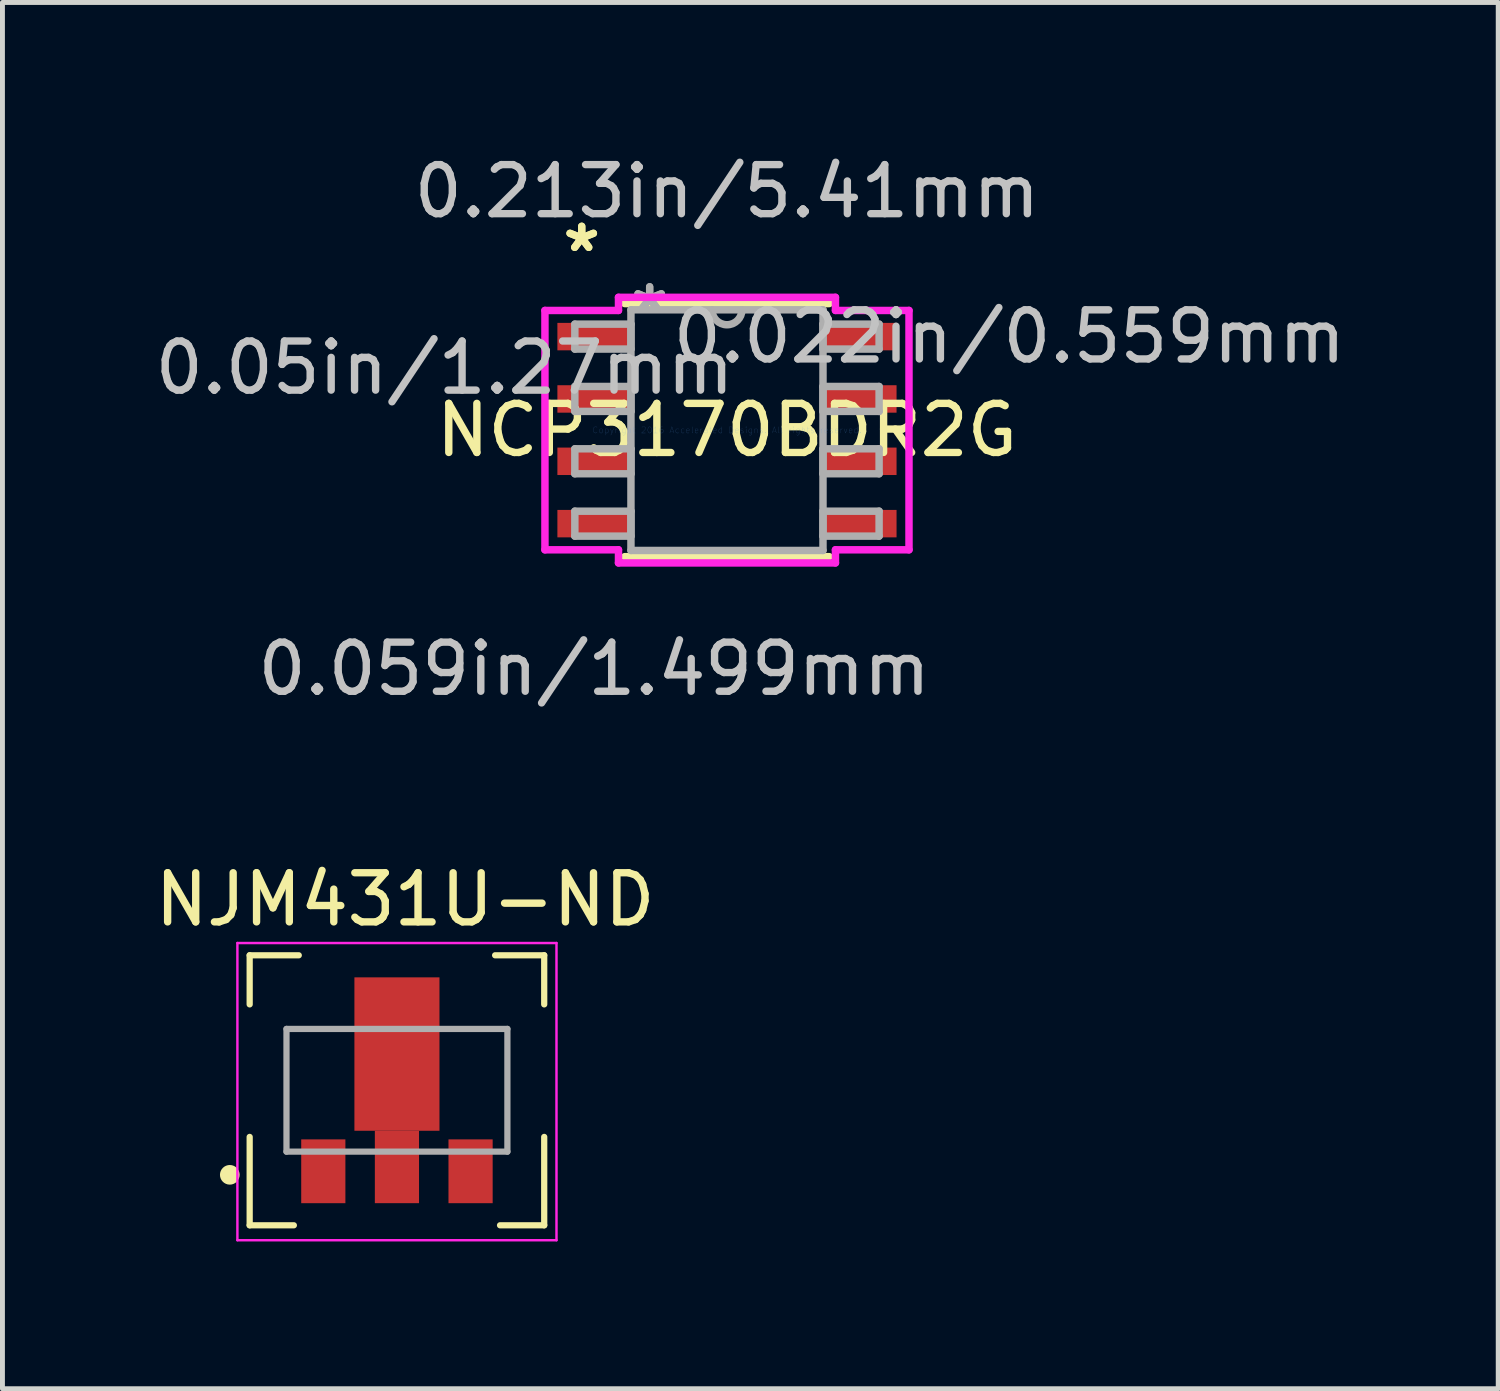
<source format=kicad_pcb>
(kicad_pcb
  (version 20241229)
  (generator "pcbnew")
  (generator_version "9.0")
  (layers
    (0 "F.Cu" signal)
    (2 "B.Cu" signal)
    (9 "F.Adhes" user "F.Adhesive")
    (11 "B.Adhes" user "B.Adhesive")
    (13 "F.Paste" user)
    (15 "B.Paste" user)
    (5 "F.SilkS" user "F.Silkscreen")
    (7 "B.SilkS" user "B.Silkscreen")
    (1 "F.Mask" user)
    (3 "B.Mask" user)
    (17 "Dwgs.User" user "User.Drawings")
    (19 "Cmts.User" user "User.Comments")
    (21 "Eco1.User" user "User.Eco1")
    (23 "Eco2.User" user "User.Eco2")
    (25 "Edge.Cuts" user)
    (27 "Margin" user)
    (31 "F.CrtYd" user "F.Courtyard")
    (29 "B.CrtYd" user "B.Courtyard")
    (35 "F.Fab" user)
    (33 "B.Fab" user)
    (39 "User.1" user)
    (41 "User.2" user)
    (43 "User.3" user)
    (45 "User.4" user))
  (footprint "NJM431U-ND"
    (layer "F.Cu")
    (at 5.036 19.16)
    (property "Reference" "NJM431U-ND" (at 0.167 -3.886 0) (layer "F.SilkS") (effects (font (size 1.001 1.001) (thickness 0.15))))
    (attr through_hole)
    (fp_line (start -3 -2.75) (end -2 -2.75) (stroke (width 0.127) (type solid)) (layer "F.SilkS"))
    (fp_line (start -3 -1.75) (end -3 -2.75) (stroke (width 0.127) (type solid)) (layer "F.SilkS"))
    (fp_line (start -3 2.75) (end -3 0.95) (stroke (width 0.127) (type solid)) (layer "F.SilkS"))
    (fp_line (start -2.1 2.75) (end -3 2.75) (stroke (width 0.127) (type solid)) (layer "F.SilkS"))
    (fp_line (start 2.1 2.75) (end 3 2.75) (stroke (width 0.127) (type solid)) (layer "F.SilkS"))
    (fp_line (start 3 -2.75) (end 2 -2.75) (stroke (width 0.127) (type solid)) (layer "F.SilkS"))
    (fp_line (start 3 -1.75) (end 3 -2.75) (stroke (width 0.127) (type solid)) (layer "F.SilkS"))
    (fp_line (start 3 2.75) (end 3 0.95) (stroke (width 0.127) (type solid)) (layer "F.SilkS"))
    (fp_circle (center -3.405 1.722) (end -3.305 1.722) (stroke (width 0.2) (type solid)) (fill no) (layer "F.SilkS"))
    (fp_line (start -3.25 -3) (end 3.25 -3) (stroke (width 0.05) (type solid)) (layer "F.CrtYd"))
    (fp_line (start -3.25 3.054) (end -3.25 -3) (stroke (width 0.05) (type solid)) (layer "F.CrtYd"))
    (fp_line (start 3.25 -3) (end 3.25 3.054) (stroke (width 0.05) (type solid)) (layer "F.CrtYd"))
    (fp_line (start 3.25 3.054) (end -3.25 3.054) (stroke (width 0.05) (type solid)) (layer "F.CrtYd"))
    (fp_line (start -2.25 -1.25) (end 2.25 -1.25) (stroke (width 0.127) (type solid)) (layer "F.Fab"))
    (fp_line (start -2.25 1.25) (end -2.25 -1.25) (stroke (width 0.127) (type solid)) (layer "F.Fab"))
    (fp_line (start 2.25 -1.25) (end 2.25 1.25) (stroke (width 0.127) (type solid)) (layer "F.Fab"))
    (fp_line (start 2.25 1.25) (end -2.25 1.25) (stroke (width 0.127) (type solid)) (layer "F.Fab"))
    (pad "1" smd rect (at -1.5 1.65) (size 0.9 1.3) (layers "F.Cu" "F.Mask" "F.Paste"))
    (pad "2" smd rect (at 0 1.562) (size 0.9 1.475) (layers "F.Cu" "F.Mask" "F.Paste"))
    (pad "2.1" smd rect (at 0 -0.738) (size 1.733 3.125) (layers "F.Cu" "F.Mask" "F.Paste"))
    (pad "3" smd rect (at 1.5 1.65) (size 0.9 1.3) (layers "F.Cu" "F.Mask" "F.Paste")))
  (footprint "NCP3170BDR2G"
    (layer "F.Cu")
    (at 11.759 5.712)
    (property "Reference" "NCP3170BDR2G" (at 0 0 0) (layer "F.SilkS") (effects (font (size 1 1) (thickness 0.15))))
    (attr through_hole)
    (fp_line (start -2.083 2.578) (end 2.083 2.578) (stroke (width 0.152) (type solid)) (layer "F.SilkS"))
    (fp_line (start 2.083 -2.578) (end -2.083 -2.578) (stroke (width 0.152) (type solid)) (layer "F.SilkS"))
    (fp_line (start -3.708 -2.438) (end -2.21 -2.438) (stroke (width 0.152) (type solid)) (layer "F.CrtYd"))
    (fp_line (start -3.708 2.438) (end -3.708 -2.438) (stroke (width 0.152) (type solid)) (layer "F.CrtYd"))
    (fp_line (start -2.21 -2.705) (end 2.21 -2.705) (stroke (width 0.152) (type solid)) (layer "F.CrtYd"))
    (fp_line (start -2.21 -2.438) (end -2.21 -2.705) (stroke (width 0.152) (type solid)) (layer "F.CrtYd"))
    (fp_line (start -2.21 2.438) (end -3.708 2.438) (stroke (width 0.152) (type solid)) (layer "F.CrtYd"))
    (fp_line (start -2.21 2.705) (end -2.21 2.438) (stroke (width 0.152) (type solid)) (layer "F.CrtYd"))
    (fp_line (start 2.21 -2.705) (end 2.21 -2.438) (stroke (width 0.152) (type solid)) (layer "F.CrtYd"))
    (fp_line (start 2.21 -2.438) (end 3.708 -2.438) (stroke (width 0.152) (type solid)) (layer "F.CrtYd"))
    (fp_line (start 2.21 2.438) (end 2.21 2.705) (stroke (width 0.152) (type solid)) (layer "F.CrtYd"))
    (fp_line (start 2.21 2.705) (end -2.21 2.705) (stroke (width 0.152) (type solid)) (layer "F.CrtYd"))
    (fp_line (start 3.708 -2.438) (end 3.708 2.438) (stroke (width 0.152) (type solid)) (layer "F.CrtYd"))
    (fp_line (start 3.708 2.438) (end 2.21 2.438) (stroke (width 0.152) (type solid)) (layer "F.CrtYd"))
    (fp_line (start -3.099 -2.159) (end -3.099 -1.651) (stroke (width 0.152) (type solid)) (layer "F.Fab"))
    (fp_line (start -3.099 -1.651) (end -1.956 -1.651) (stroke (width 0.152) (type solid)) (layer "F.Fab"))
    (fp_line (start -3.099 -0.889) (end -3.099 -0.381) (stroke (width 0.152) (type solid)) (layer "F.Fab"))
    (fp_line (start -3.099 -0.381) (end -1.956 -0.381) (stroke (width 0.152) (type solid)) (layer "F.Fab"))
    (fp_line (start -3.099 0.381) (end -3.099 0.889) (stroke (width 0.152) (type solid)) (layer "F.Fab"))
    (fp_line (start -3.099 0.889) (end -1.956 0.889) (stroke (width 0.152) (type solid)) (layer "F.Fab"))
    (fp_line (start -3.099 1.651) (end -3.099 2.159) (stroke (width 0.152) (type solid)) (layer "F.Fab"))
    (fp_line (start -3.099 2.159) (end -1.956 2.159) (stroke (width 0.152) (type solid)) (layer "F.Fab"))
    (fp_line (start -1.956 -2.451) (end -1.956 2.451) (stroke (width 0.152) (type solid)) (layer "F.Fab"))
    (fp_line (start -1.956 -2.159) (end -3.099 -2.159) (stroke (width 0.152) (type solid)) (layer "F.Fab"))
    (fp_line (start -1.956 -1.651) (end -1.956 -2.159) (stroke (width 0.152) (type solid)) (layer "F.Fab"))
    (fp_line (start -1.956 -0.889) (end -3.099 -0.889) (stroke (width 0.152) (type solid)) (layer "F.Fab"))
    (fp_line (start -1.956 -0.381) (end -1.956 -0.889) (stroke (width 0.152) (type solid)) (layer "F.Fab"))
    (fp_line (start -1.956 0.381) (end -3.099 0.381) (stroke (width 0.152) (type solid)) (layer "F.Fab"))
    (fp_line (start -1.956 0.889) (end -1.956 0.381) (stroke (width 0.152) (type solid)) (layer "F.Fab"))
    (fp_line (start -1.956 1.651) (end -3.099 1.651) (stroke (width 0.152) (type solid)) (layer "F.Fab"))
    (fp_line (start -1.956 2.159) (end -1.956 1.651) (stroke (width 0.152) (type solid)) (layer "F.Fab"))
    (fp_line (start -1.956 2.451) (end 1.956 2.451) (stroke (width 0.152) (type solid)) (layer "F.Fab"))
    (fp_line (start 1.956 -2.451) (end -1.956 -2.451) (stroke (width 0.152) (type solid)) (layer "F.Fab"))
    (fp_line (start 1.956 -2.159) (end 1.956 -1.651) (stroke (width 0.152) (type solid)) (layer "F.Fab"))
    (fp_line (start 1.956 -1.651) (end 3.099 -1.651) (stroke (width 0.152) (type solid)) (layer "F.Fab"))
    (fp_line (start 1.956 -0.889) (end 1.956 -0.381) (stroke (width 0.152) (type solid)) (layer "F.Fab"))
    (fp_line (start 1.956 -0.381) (end 3.099 -0.381) (stroke (width 0.152) (type solid)) (layer "F.Fab"))
    (fp_line (start 1.956 0.381) (end 1.956 0.889) (stroke (width 0.152) (type solid)) (layer "F.Fab"))
    (fp_line (start 1.956 0.889) (end 3.099 0.889) (stroke (width 0.152) (type solid)) (layer "F.Fab"))
    (fp_line (start 1.956 1.651) (end 1.956 2.159) (stroke (width 0.152) (type solid)) (layer "F.Fab"))
    (fp_line (start 1.956 2.159) (end 3.099 2.159) (stroke (width 0.152) (type solid)) (layer "F.Fab"))
    (fp_line (start 1.956 2.451) (end 1.956 -2.451) (stroke (width 0.152) (type solid)) (layer "F.Fab"))
    (fp_line (start 3.099 -2.159) (end 1.956 -2.159) (stroke (width 0.152) (type solid)) (layer "F.Fab"))
    (fp_line (start 3.099 -1.651) (end 3.099 -2.159) (stroke (width 0.152) (type solid)) (layer "F.Fab"))
    (fp_line (start 3.099 -0.889) (end 1.956 -0.889) (stroke (width 0.152) (type solid)) (layer "F.Fab"))
    (fp_line (start 3.099 -0.381) (end 3.099 -0.889) (stroke (width 0.152) (type solid)) (layer "F.Fab"))
    (fp_line (start 3.099 0.381) (end 1.956 0.381) (stroke (width 0.152) (type solid)) (layer "F.Fab"))
    (fp_line (start 3.099 0.889) (end 3.099 0.381) (stroke (width 0.152) (type solid)) (layer "F.Fab"))
    (fp_line (start 3.099 1.651) (end 1.956 1.651) (stroke (width 0.152) (type solid)) (layer "F.Fab"))
    (fp_line (start 3.099 2.159) (end 3.099 1.651) (stroke (width 0.152) (type solid)) (layer "F.Fab"))
    (fp_arc (start 0.3048 -2.4511) (mid 0 -2.1463) (end -0.3048 -2.4511) (stroke (width 0.1524) (type solid)) (layer "F.Fab"))
    (fp_text user "*" (at -2.959 -3.607 0) (layer "F.SilkS") (effects (font (size 1 1) (thickness 0.15))))
    (fp_text user "*" (at -2.959 -3.607 0) (layer "F.SilkS") (effects (font (size 1 1) (thickness 0.15))))
    (fp_text user "0.213in/5.41mm" (at 0 -4.864 0) (layer "Dwgs.User") (effects (font (size 1 1) (thickness 0.15))))
    (fp_text user "0.059in/1.499mm" (at -2.705 4.864 0) (layer "Dwgs.User") (effects (font (size 1 1) (thickness 0.15))))
    (fp_text user "0.05in/1.27mm" (at -5.753 -1.27 0) (layer "Dwgs.User") (effects (font (size 1 1) (thickness 0.15))))
    (fp_text user "0.022in/0.559mm" (at 5.753 -1.905 0) (layer "Dwgs.User") (effects (font (size 1 1) (thickness 0.15))))
    (fp_text user "Copyright 2016 Accelerated Designs. All rights reserved." (at 0 0 0) (layer "Cmts.User") (effects (font (size 0.127 0.127) (thickness 0.002))))
    (fp_text user "*" (at -1.575 -2.375 0) (layer "F.Fab") (effects (font (size 1 1) (thickness 0.15))))
    (fp_text user "*" (at -1.575 -2.375 0) (layer "F.Fab") (effects (font (size 1 1) (thickness 0.15))))
    (pad "1" smd rect (at -2.705 -1.905) (size 1.499 0.559) (layers "F.Cu" "F.Mask" "F.Paste"))
    (pad "2" smd rect (at -2.705 -0.635) (size 1.499 0.559) (layers "F.Cu" "F.Mask" "F.Paste"))
    (pad "3" smd rect (at -2.705 0.635) (size 1.499 0.559) (layers "F.Cu" "F.Mask" "F.Paste"))
    (pad "4" smd rect (at -2.705 1.905) (size 1.499 0.559) (layers "F.Cu" "F.Mask" "F.Paste"))
    (pad "5" smd rect (at 2.705 1.905) (size 1.499 0.559) (layers "F.Cu" "F.Mask" "F.Paste"))
    (pad "6" smd rect (at 2.705 0.635) (size 1.499 0.559) (layers "F.Cu" "F.Mask" "F.Paste"))
    (pad "7" smd rect (at 2.705 -0.635) (size 1.499 0.559) (layers "F.Cu" "F.Mask" "F.Paste"))
    (pad "8" smd rect (at 2.705 -1.905) (size 1.499 0.559) (layers "F.Cu" "F.Mask" "F.Paste")))
  (gr_rect
    (start -3 -3)
    (end 27.47 25.239)
    (stroke (width 0.1) (type default))
    (fill no)
    (layer "Edge.Cuts")))
</source>
